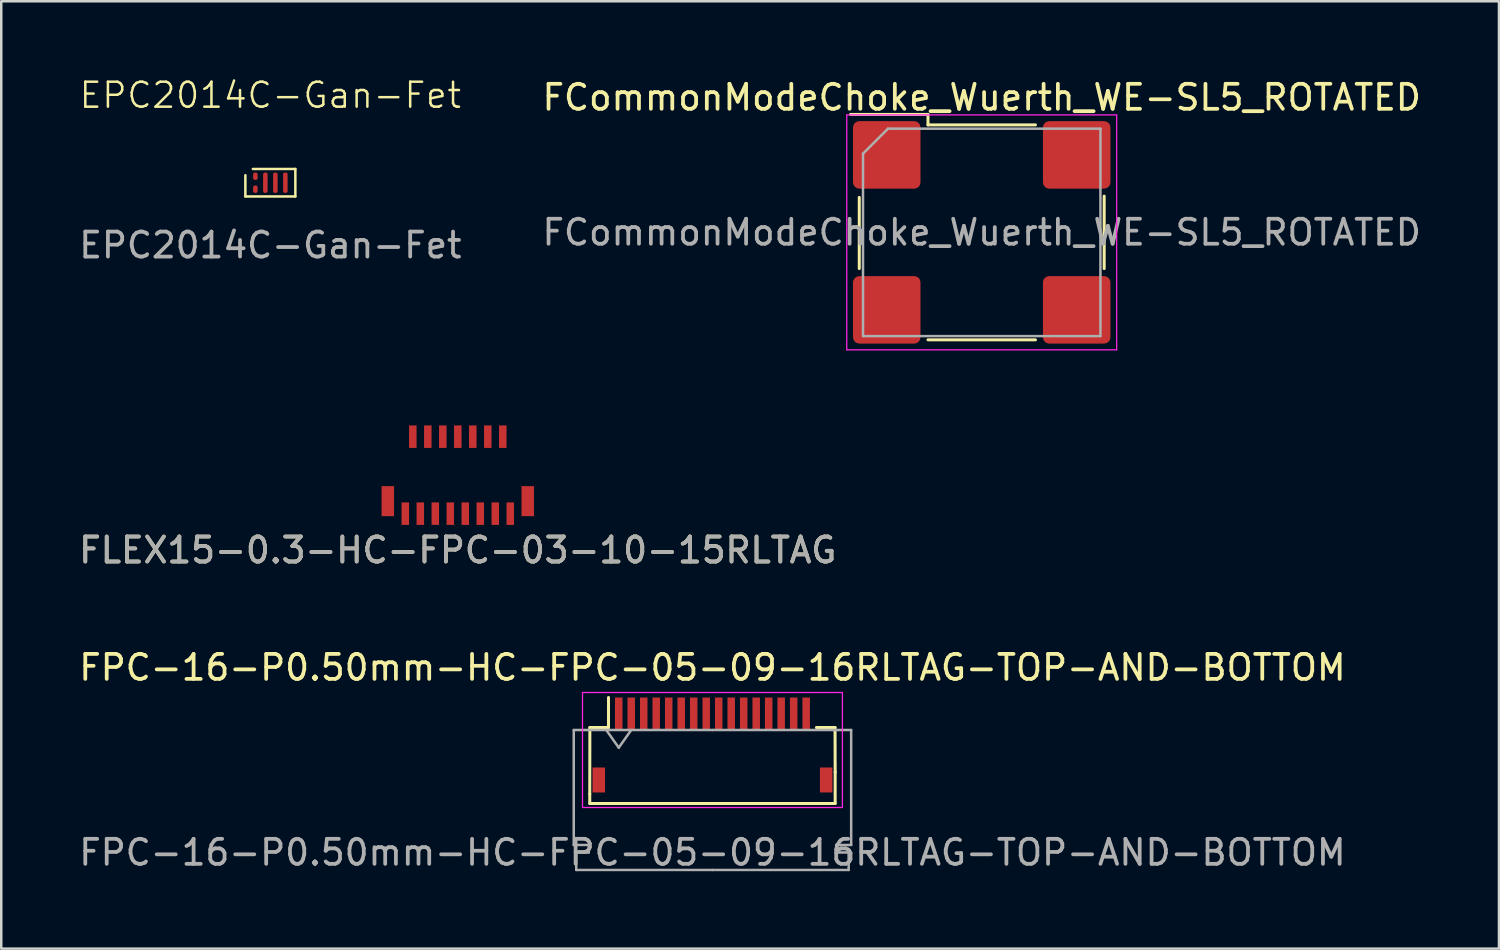
<source format=kicad_pcb>
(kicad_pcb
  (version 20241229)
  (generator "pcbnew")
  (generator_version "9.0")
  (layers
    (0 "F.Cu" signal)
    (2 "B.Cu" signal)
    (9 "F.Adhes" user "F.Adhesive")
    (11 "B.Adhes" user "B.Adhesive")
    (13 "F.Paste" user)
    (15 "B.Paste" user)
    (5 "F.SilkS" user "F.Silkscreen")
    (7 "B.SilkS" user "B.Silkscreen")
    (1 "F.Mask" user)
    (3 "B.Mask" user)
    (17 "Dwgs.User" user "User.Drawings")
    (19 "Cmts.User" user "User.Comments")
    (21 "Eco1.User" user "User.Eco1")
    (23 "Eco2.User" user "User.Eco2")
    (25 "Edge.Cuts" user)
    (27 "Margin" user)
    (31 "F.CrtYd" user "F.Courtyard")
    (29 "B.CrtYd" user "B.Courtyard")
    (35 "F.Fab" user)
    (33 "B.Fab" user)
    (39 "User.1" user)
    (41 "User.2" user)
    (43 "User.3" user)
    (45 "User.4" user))
  (footprint "EPC2014C-Gan-Fet"
    (layer "F.Cu")
    (at 7.768 4.261)
    (property "Reference" "EPC2014C-Gan-Fet" (at 0 -3.5 0) (unlocked yes) (layer "F.SilkS") (effects (font (size 1 1) (thickness 0.1))))
    (attr smd)
    (fp_line (start -1 -0.3) (end -1 0.55) (stroke (width 0.1) (type default)) (layer "F.SilkS"))
    (fp_line (start -1 0.55) (end 1 0.55) (stroke (width 0.1) (type default)) (layer "F.SilkS"))
    (fp_line (start 1 -0.55) (end -0.7 -0.55) (stroke (width 0.1) (type default)) (layer "F.SilkS"))
    (fp_line (start 1 0.55) (end 1 -0.55) (stroke (width 0.1) (type default)) (layer "F.SilkS"))
    (fp_text user "${REFERENCE}" (at 0 2.5 0) (unlocked yes) (layer "F.Fab") (effects (font (size 1 1) (thickness 0.15))))
    (pad "1" smd roundrect (at -0.6 -0.259 180) (size 0.18 0.296) (layers "F.Cu" "F.Mask" "F.Paste") (roundrect_rratio 0.4))
    (pad "2" smd roundrect (at -0.6 0.259 180) (size 0.18 0.296) (layers "F.Cu" "F.Mask" "F.Paste") (roundrect_rratio 0.4))
    (pad "3" smd roundrect (at -0.2 0 180) (size 0.18 0.814) (layers "F.Cu" "F.Mask" "F.Paste") (roundrect_rratio 0.4))
    (pad "4" smd roundrect (at 0.2 0 180) (size 0.18 0.814) (layers "F.Cu" "F.Mask" "F.Paste") (roundrect_rratio 0.4))
    (pad "5" smd roundrect (at 0.6 0 180) (size 0.18 0.814) (layers "F.Cu" "F.Mask" "F.Paste") (roundrect_rratio 0.4)))
  (footprint "FCommonModeChoke_Wuerth_WE-SL5_ROTATED"
    (layer "F.Cu")
    (at 36.232 6.248)
    (property "Reference" "FCommonModeChoke_Wuerth_WE-SL5_ROTATED" (at 0 -5.4 180) (layer "F.SilkS") (effects (font (size 1 1) (thickness 0.15))))
    (attr smd)
    (fp_line (start -4.9 1.45) (end -4.9 -1.4) (stroke (width 0.12) (type solid)) (layer "F.SilkS"))
    (fp_line (start -2.15 -4.72) (end -5.25 -4.72) (stroke (width 0.12) (type solid)) (layer "F.SilkS"))
    (fp_line (start -2.15 -4.3) (end -2.15 -4.72) (stroke (width 0.12) (type solid)) (layer "F.SilkS"))
    (fp_line (start 2.15 -4.3) (end -2.15 -4.3) (stroke (width 0.12) (type solid)) (layer "F.SilkS"))
    (fp_line (start 2.15 4.3) (end -2.15 4.3) (stroke (width 0.12) (type solid)) (layer "F.SilkS"))
    (fp_line (start 4.9 1.45) (end 4.9 -1.45) (stroke (width 0.12) (type solid)) (layer "F.SilkS"))
    (fp_line (start -5.4 4.7) (end -5.4 -4.7) (stroke (width 0.05) (type solid)) (layer "F.CrtYd"))
    (fp_line (start 5.4 -4.7) (end -5.4 -4.7) (stroke (width 0.05) (type solid)) (layer "F.CrtYd"))
    (fp_line (start 5.4 4.7) (end -5.4 4.7) (stroke (width 0.05) (type solid)) (layer "F.CrtYd"))
    (fp_line (start 5.4 4.7) (end 5.4 -4.7) (stroke (width 0.05) (type solid)) (layer "F.CrtYd"))
    (fp_line (start -4.75 -3.15) (end -4.75 4.15) (stroke (width 0.1) (type solid)) (layer "F.Fab"))
    (fp_line (start -4.75 4.15) (end 4.75 4.15) (stroke (width 0.1) (type solid)) (layer "F.Fab"))
    (fp_line (start -3.75 -4.15) (end -4.75 -3.15) (stroke (width 0.1) (type solid)) (layer "F.Fab"))
    (fp_line (start 4.75 -4.15) (end -3.75 -4.15) (stroke (width 0.1) (type solid)) (layer "F.Fab"))
    (fp_line (start 4.75 -4.15) (end 4.75 4.15) (stroke (width 0.1) (type solid)) (layer "F.Fab"))
    (fp_text user "${REFERENCE}" (at 0 0 180) (layer "F.Fab") (effects (font (size 1 1) (thickness 0.15))))
    (pad "1" smd roundrect (at 3.8 -3.1 180) (size 2.7 2.7) (layers "F.Cu" "F.Mask" "F.Paste") (roundrect_rratio 0.093))
    (pad "2" smd roundrect (at -3.8 -3.1 180) (size 2.7 2.7) (layers "F.Cu" "F.Mask" "F.Paste") (roundrect_rratio 0.093))
    (pad "3" smd roundrect (at -3.8 3.1 180) (size 2.7 2.7) (layers "F.Cu" "F.Mask" "F.Paste") (roundrect_rratio 0.093))
    (pad "4" smd roundrect (at 3.8 3.1 180) (size 2.7 2.7) (layers "F.Cu" "F.Mask" "F.Paste") (roundrect_rratio 0.093)))
  (footprint "FPC-16-P0.50mm-HC-FPC-05-09-16RLTAG-TOP-AND-BOTTOM"
    (layer "F.Cu")
    (at 25.458 27.36)
    (property "Reference" "FPC-16-P0.50mm-HC-FPC-05-09-16RLTAG-TOP-AND-BOTTOM" (at 0 -3.7 0) (layer "F.SilkS") (effects (font (size 1 1) (thickness 0.15))))
    (attr smd)
    (fp_line (start -4.91 1.36) (end -4.91 1.74) (stroke (width 0.12) (type solid)) (layer "F.SilkS"))
    (fp_line (start -4.91 1.74) (end 4.91 1.74) (stroke (width 0.12) (type solid)) (layer "F.SilkS"))
    (fp_line (start -4.905 -1.3) (end -4.91 1.36) (stroke (width 0.12) (type solid)) (layer "F.SilkS"))
    (fp_line (start -4.16 -1.3) (end -4.905 -1.3) (stroke (width 0.12) (type solid)) (layer "F.SilkS"))
    (fp_line (start -4.16 -1.3) (end -4.16 -2.5) (stroke (width 0.12) (type solid)) (layer "F.SilkS"))
    (fp_line (start 4.16 -1.3) (end 4.905 -1.3) (stroke (width 0.12) (type solid)) (layer "F.SilkS"))
    (fp_line (start 4.905 -1.3) (end 4.91 0.49) (stroke (width 0.12) (type solid)) (layer "F.SilkS"))
    (fp_line (start 4.91 1.74) (end 4.91 0.49) (stroke (width 0.12) (type solid)) (layer "F.SilkS"))
    (fp_line (start -5.2 -2.7) (end -5.2 1.9) (stroke (width 0.05) (type solid)) (layer "F.CrtYd"))
    (fp_line (start -5.2 1.9) (end 5.2 1.9) (stroke (width 0.05) (type solid)) (layer "F.CrtYd"))
    (fp_line (start 5.2 -2.7) (end -5.2 -2.7) (stroke (width 0.05) (type solid)) (layer "F.CrtYd"))
    (fp_line (start 5.2 1.9) (end 5.2 -2.7) (stroke (width 0.05) (type solid)) (layer "F.CrtYd"))
    (fp_line (start -5.55 -1.2) (end -5.55 3.4) (stroke (width 0.1) (type solid)) (layer "F.Fab"))
    (fp_line (start -5.55 3.4) (end -4.95 3.4) (stroke (width 0.1) (type solid)) (layer "F.Fab"))
    (fp_line (start -5.45 3.7) (end -5.45 4.4) (stroke (width 0.1) (type solid)) (layer "F.Fab"))
    (fp_line (start -5.45 4.4) (end 0 4.4) (stroke (width 0.1) (type solid)) (layer "F.Fab"))
    (fp_line (start -4.95 3.4) (end -4.95 3.7) (stroke (width 0.1) (type solid)) (layer "F.Fab"))
    (fp_line (start -4.95 3.7) (end -5.45 3.7) (stroke (width 0.1) (type solid)) (layer "F.Fab"))
    (fp_line (start -4.25 -1.2) (end -3.75 -0.493) (stroke (width 0.1) (type solid)) (layer "F.Fab"))
    (fp_line (start -3.75 -0.493) (end -3.25 -1.2) (stroke (width 0.1) (type solid)) (layer "F.Fab"))
    (fp_line (start 0 -1.2) (end -5.55 -1.2) (stroke (width 0.1) (type solid)) (layer "F.Fab"))
    (fp_line (start 0 -1.2) (end 5.55 -1.2) (stroke (width 0.1) (type solid)) (layer "F.Fab"))
    (fp_line (start 4.95 3.4) (end 4.95 3.7) (stroke (width 0.1) (type solid)) (layer "F.Fab"))
    (fp_line (start 4.95 3.7) (end 5.45 3.7) (stroke (width 0.1) (type solid)) (layer "F.Fab"))
    (fp_line (start 5.45 3.7) (end 5.45 4.4) (stroke (width 0.1) (type solid)) (layer "F.Fab"))
    (fp_line (start 5.45 4.4) (end 0 4.4) (stroke (width 0.1) (type solid)) (layer "F.Fab"))
    (fp_line (start 5.55 -1.2) (end 5.55 3.4) (stroke (width 0.1) (type solid)) (layer "F.Fab"))
    (fp_line (start 5.55 3.4) (end 4.95 3.4) (stroke (width 0.1) (type solid)) (layer "F.Fab"))
    (fp_text user "${REFERENCE}" (at 0 3.7 0) (layer "F.Fab") (effects (font (size 1 1) (thickness 0.15))))
    (pad "1" smd rect (at -3.75 -1.85) (size 0.3 1.3) (layers "F.Cu" "F.Mask" "F.Paste"))
    (pad "2" smd rect (at -3.25 -1.85) (size 0.3 1.3) (layers "F.Cu" "F.Mask" "F.Paste"))
    (pad "3" smd rect (at -2.75 -1.85) (size 0.3 1.3) (layers "F.Cu" "F.Mask" "F.Paste"))
    (pad "4" smd rect (at -2.25 -1.85) (size 0.3 1.3) (layers "F.Cu" "F.Mask" "F.Paste"))
    (pad "5" smd rect (at -1.75 -1.85) (size 0.3 1.3) (layers "F.Cu" "F.Mask" "F.Paste"))
    (pad "6" smd rect (at -1.25 -1.85) (size 0.3 1.3) (layers "F.Cu" "F.Mask" "F.Paste"))
    (pad "7" smd rect (at -0.75 -1.85) (size 0.3 1.3) (layers "F.Cu" "F.Mask" "F.Paste"))
    (pad "8" smd rect (at -0.25 -1.85) (size 0.3 1.3) (layers "F.Cu" "F.Mask" "F.Paste"))
    (pad "9" smd rect (at 0.25 -1.85) (size 0.3 1.3) (layers "F.Cu" "F.Mask" "F.Paste"))
    (pad "10" smd rect (at 0.75 -1.85) (size 0.3 1.3) (layers "F.Cu" "F.Mask" "F.Paste"))
    (pad "11" smd rect (at 1.25 -1.85) (size 0.3 1.3) (layers "F.Cu" "F.Mask" "F.Paste"))
    (pad "12" smd rect (at 1.75 -1.85) (size 0.3 1.3) (layers "F.Cu" "F.Mask" "F.Paste"))
    (pad "13" smd rect (at 2.25 -1.85) (size 0.3 1.3) (layers "F.Cu" "F.Mask" "F.Paste"))
    (pad "14" smd rect (at 2.75 -1.85) (size 0.3 1.3) (layers "F.Cu" "F.Mask" "F.Paste"))
    (pad "15" smd rect (at 3.25 -1.85) (size 0.3 1.3) (layers "F.Cu" "F.Mask" "F.Paste"))
    (pad "16" smd rect (at 3.75 -1.85) (size 0.3 1.3) (layers "F.Cu" "F.Mask" "F.Paste"))
    (pad "17" smd rect (at -4.55 0.8) (size 0.5 1) (layers "F.Cu" "F.Mask" "F.Paste"))
    (pad "18" smd rect (at 4.55 0.8) (size 0.5 1) (layers "F.Cu" "F.Mask" "F.Paste")))
  (footprint "FLEX15-0.3-HC-FPC-03-10-15RLTAG"
    (layer "F.Cu")
    (at 15.268 15.963)
    (property "Reference" "FLEX15-0.3-HC-FPC-03-10-15RLTAG" (at 0 3 0) (unlocked yes) (layer "F.SilkS") (effects (font (size 1 1) (thickness 0.15))))
    (attr smd)
    (fp_text user "${REFERENCE}" (at 0 3 0) (unlocked yes) (layer "F.Fab") (effects (font (size 1 1) (thickness 0.15))))
    (pad "1" smd rect (at 2.1 1.54) (size 0.3 0.9) (layers "F.Cu" "F.Mask" "F.Paste"))
    (pad "2" smd rect (at 1.8 -1.54) (size 0.3 0.9) (layers "F.Cu" "F.Mask" "F.Paste"))
    (pad "3" smd rect (at 1.5 1.54) (size 0.3 0.9) (layers "F.Cu" "F.Mask" "F.Paste"))
    (pad "4" smd rect (at 1.2 -1.54) (size 0.3 0.9) (layers "F.Cu" "F.Mask" "F.Paste"))
    (pad "5" smd rect (at 0.9 1.54) (size 0.3 0.9) (layers "F.Cu" "F.Mask" "F.Paste"))
    (pad "6" smd rect (at 0.6 -1.54) (size 0.3 0.9) (layers "F.Cu" "F.Mask" "F.Paste"))
    (pad "7" smd rect (at 0.3 1.54) (size 0.3 0.9) (layers "F.Cu" "F.Mask" "F.Paste"))
    (pad "8" smd rect (at 0 -1.54) (size 0.3 0.9) (layers "F.Cu" "F.Mask" "F.Paste"))
    (pad "9" smd rect (at -0.3 1.54) (size 0.3 0.9) (layers "F.Cu" "F.Mask" "F.Paste"))
    (pad "10" smd rect (at -0.6 -1.54) (size 0.3 0.9) (layers "F.Cu" "F.Mask" "F.Paste"))
    (pad "11" smd rect (at -0.9 1.54) (size 0.3 0.9) (layers "F.Cu" "F.Mask" "F.Paste"))
    (pad "12" smd rect (at -1.2 -1.54) (size 0.3 0.9) (layers "F.Cu" "F.Mask" "F.Paste"))
    (pad "13" smd rect (at -1.5 1.54) (size 0.3 0.9) (layers "F.Cu" "F.Mask" "F.Paste"))
    (pad "14" smd rect (at -1.8 -1.54) (size 0.3 0.9) (layers "F.Cu" "F.Mask" "F.Paste"))
    (pad "15" smd rect (at -2.1 1.54) (size 0.3 0.9) (layers "F.Cu" "F.Mask" "F.Paste"))
    (pad "16" smd rect (at 2.8 1.04) (size 0.5 1.2) (layers "F.Cu" "F.Mask" "F.Paste"))
    (pad "17" smd rect (at -2.8 1.04) (size 0.5 1.2) (layers "F.Cu" "F.Mask" "F.Paste")))
  (gr_rect
    (start -3 -3)
    (end 56.929 34.908)
    (stroke (width 0.1) (type default))
    (fill no)
    (layer "Edge.Cuts")))
</source>
